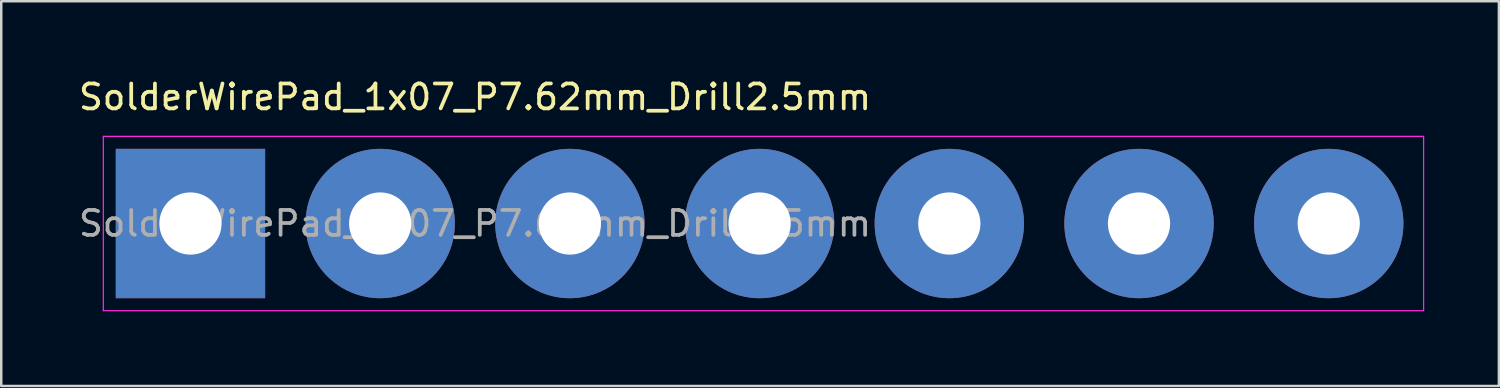
<source format=kicad_pcb>
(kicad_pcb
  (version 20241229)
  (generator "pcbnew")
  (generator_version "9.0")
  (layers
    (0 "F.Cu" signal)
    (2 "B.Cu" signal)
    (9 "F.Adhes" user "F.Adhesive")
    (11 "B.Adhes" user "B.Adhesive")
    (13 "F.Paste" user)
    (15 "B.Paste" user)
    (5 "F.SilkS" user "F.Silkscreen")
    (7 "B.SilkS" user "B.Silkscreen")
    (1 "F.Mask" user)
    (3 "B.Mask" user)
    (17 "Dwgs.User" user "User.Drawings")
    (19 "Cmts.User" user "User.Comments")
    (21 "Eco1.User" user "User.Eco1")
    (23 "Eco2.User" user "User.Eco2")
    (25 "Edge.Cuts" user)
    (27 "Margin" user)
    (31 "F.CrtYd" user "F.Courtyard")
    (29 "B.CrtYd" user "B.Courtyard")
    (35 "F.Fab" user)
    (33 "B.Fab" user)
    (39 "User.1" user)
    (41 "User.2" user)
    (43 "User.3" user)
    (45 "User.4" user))
  (footprint "SolderWirePad_1x07_P7.62mm_Drill2.5mm"
    (layer "F.Cu")
    (at 4.6 5.928)
    (property "Reference" "SolderWirePad_1x07_P7.62mm_Drill2.5mm" (at 11.43 -5.08 0) (layer "F.SilkS") (effects (font (size 1 1) (thickness 0.15))))
    (attr exclude_from_pos_files exclude_from_bom)
    (fp_line (start -3.5 -3.5) (end -3.5 3.5) (stroke (width 0.05) (type solid)) (layer "F.CrtYd"))
    (fp_line (start -3.5 -3.5) (end 49.53 -3.5) (stroke (width 0.05) (type solid)) (layer "F.CrtYd"))
    (fp_line (start 49.53 3.5) (end -3.5 3.5) (stroke (width 0.05) (type solid)) (layer "F.CrtYd"))
    (fp_line (start 49.53 3.5) (end 49.53 -3.5) (stroke (width 0.05) (type solid)) (layer "F.CrtYd"))
    (fp_text user "${REFERENCE}" (at 11.43 0 0) (layer "F.Fab") (effects (font (size 1 1) (thickness 0.15))))
    (pad "1" thru_hole rect (at 0 0) (size 5.999 5.999) (drill 2.499) (layers "*.Cu" "*.Mask"))
    (pad "2" thru_hole circle (at 7.62 0) (size 5.999 5.999) (drill 2.499) (layers "*.Cu" "*.Mask"))
    (pad "3" thru_hole circle (at 15.24 0) (size 5.999 5.999) (drill 2.499) (layers "*.Cu" "*.Mask"))
    (pad "4" thru_hole circle (at 22.86 0) (size 5.999 5.999) (drill 2.499) (layers "*.Cu" "*.Mask"))
    (pad "5" thru_hole circle (at 30.48 0) (size 5.999 5.999) (drill 2.499) (layers "*.Cu" "*.Mask"))
    (pad "6" thru_hole circle (at 38.1 0) (size 5.999 5.999) (drill 2.499) (layers "*.Cu" "*.Mask"))
    (pad "7" thru_hole circle (at 45.72 0) (size 5.999 5.999) (drill 2.499) (layers "*.Cu" "*.Mask")))
  (gr_rect
    (start -3 -3)
    (end 57.155 12.453)
    (stroke (width 0.1) (type default))
    (fill no)
    (layer "Edge.Cuts")))
</source>
